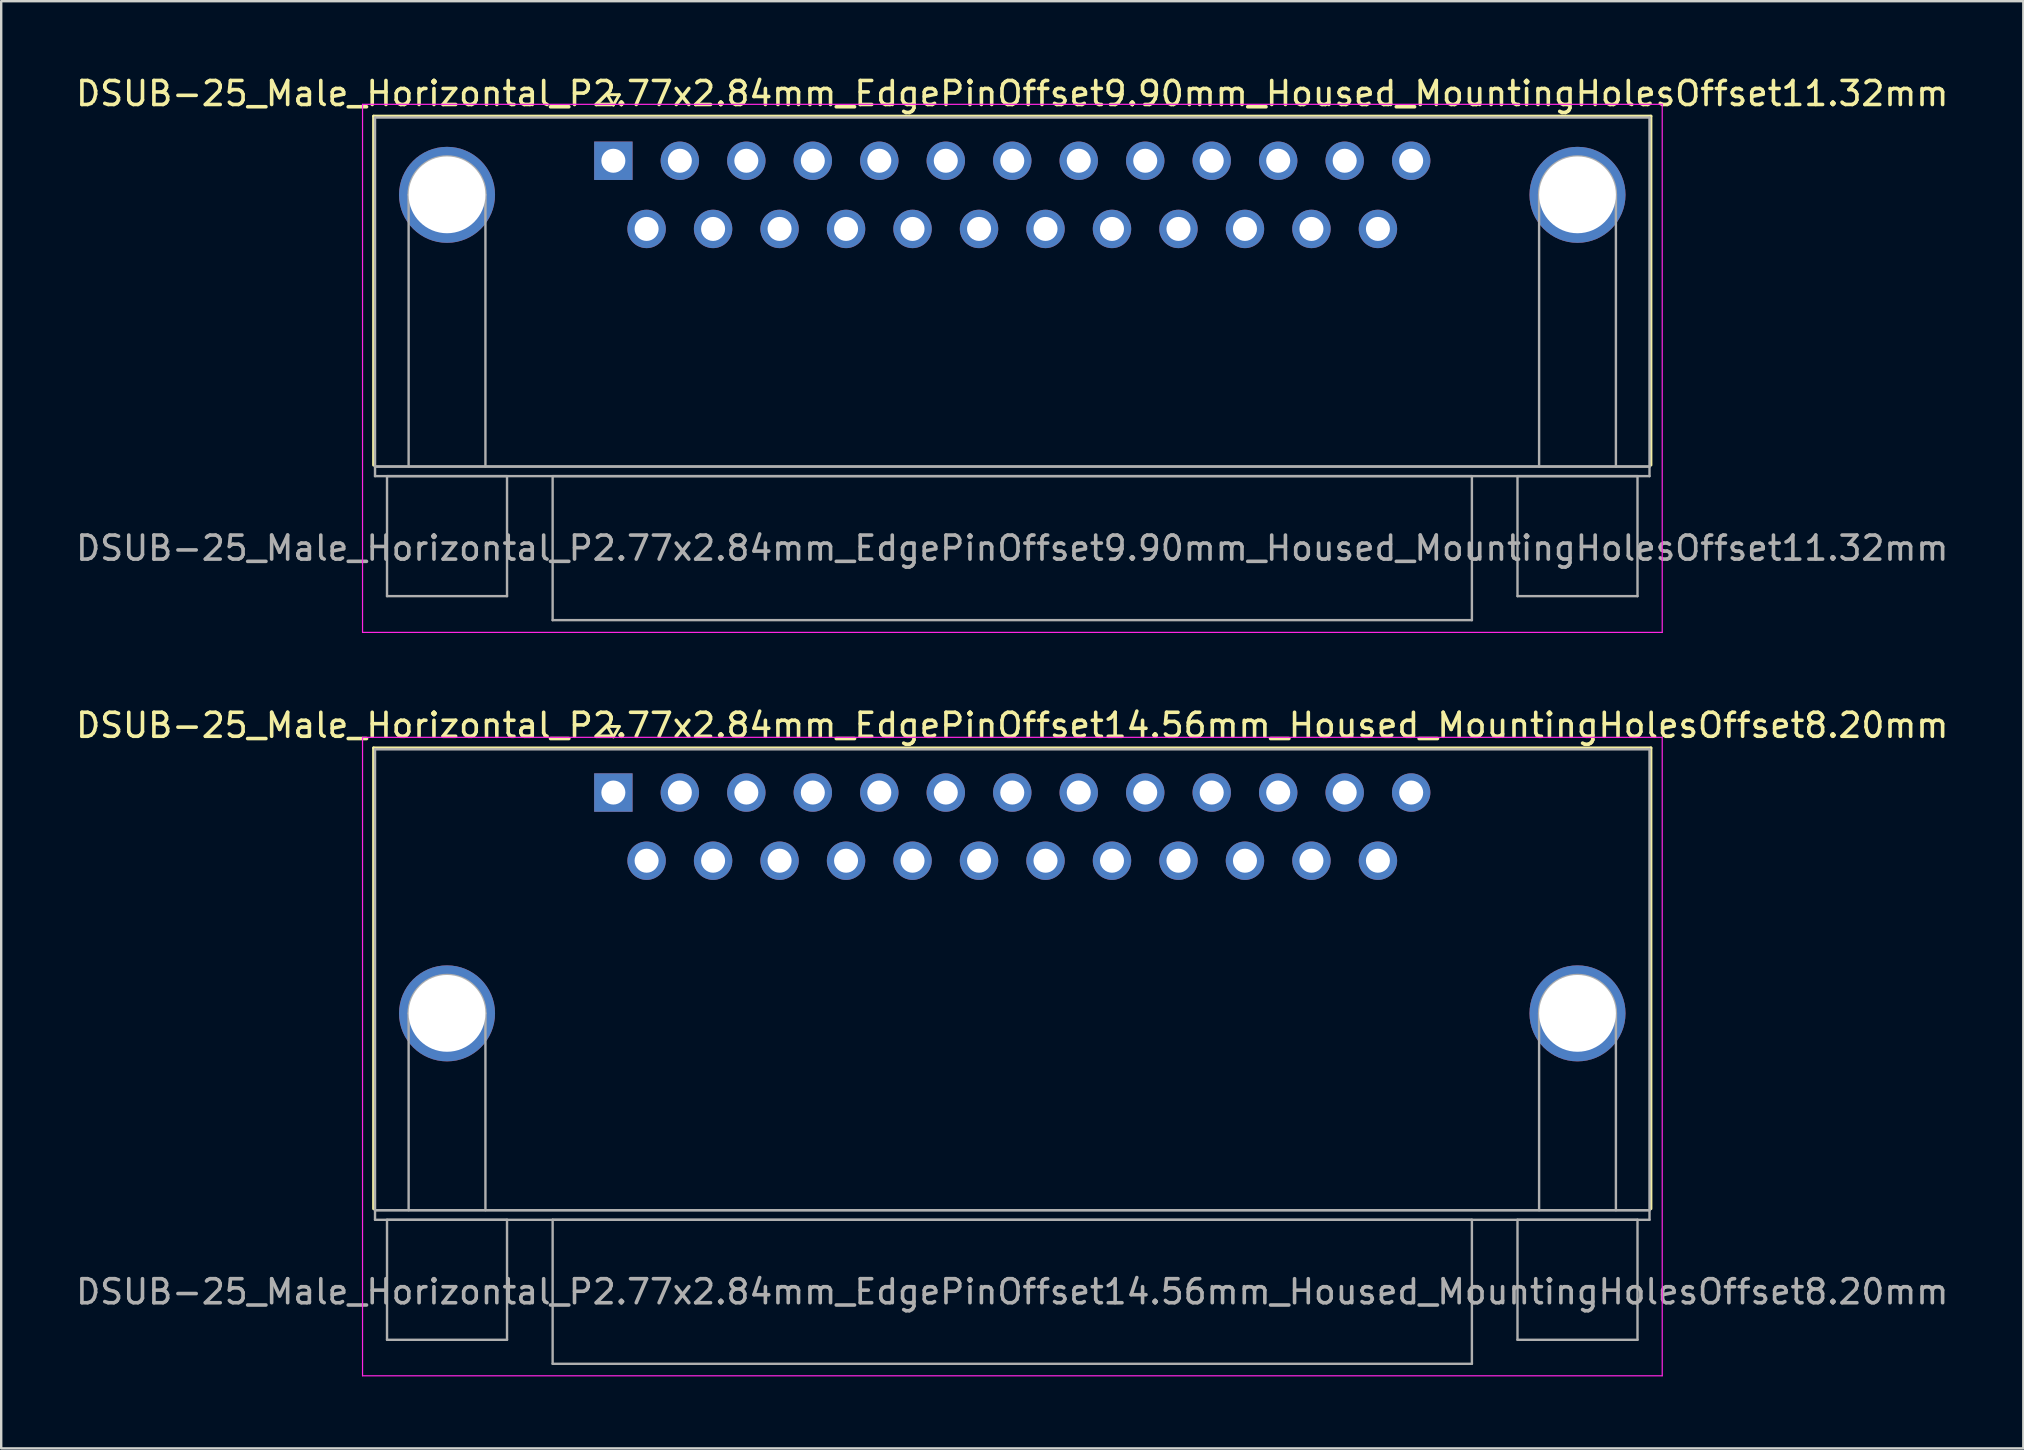
<source format=kicad_pcb>
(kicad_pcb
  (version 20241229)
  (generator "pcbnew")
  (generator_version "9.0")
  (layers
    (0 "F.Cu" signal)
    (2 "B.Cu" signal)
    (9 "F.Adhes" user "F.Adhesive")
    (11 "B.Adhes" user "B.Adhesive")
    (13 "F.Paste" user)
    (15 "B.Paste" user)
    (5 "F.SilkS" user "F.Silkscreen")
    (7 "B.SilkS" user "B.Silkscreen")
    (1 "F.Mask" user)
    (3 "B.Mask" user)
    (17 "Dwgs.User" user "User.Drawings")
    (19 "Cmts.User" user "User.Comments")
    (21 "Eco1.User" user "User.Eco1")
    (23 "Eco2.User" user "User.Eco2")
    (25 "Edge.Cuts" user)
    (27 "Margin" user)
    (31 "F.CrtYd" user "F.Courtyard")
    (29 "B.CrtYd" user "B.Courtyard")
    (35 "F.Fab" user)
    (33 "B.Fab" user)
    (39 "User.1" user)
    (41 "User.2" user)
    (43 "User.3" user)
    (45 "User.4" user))
  (footprint "DSUB-25_Male_Horizontal_P2.77x2.84mm_EdgePinOffset9.90mm_Housed_MountingHolesOffset11.32mm"
    (layer "F.Cu")
    (at 22.505 3.648)
    (property "Reference" "DSUB-25_Male_Horizontal_P2.77x2.84mm_EdgePinOffset9.90mm_Housed_MountingHolesOffset11.32mm" (at 16.62 -2.8 0) (layer "F.SilkS") (effects (font (size 1 1) (thickness 0.15))))
    (attr through_hole)
    (fp_line (start -9.99 -1.86) (end 43.23 -1.86) (stroke (width 0.12) (type solid)) (layer "F.SilkS"))
    (fp_line (start -9.99 12.68) (end -9.99 -1.86) (stroke (width 0.12) (type solid)) (layer "F.SilkS"))
    (fp_line (start -0.25 -2.754) (end 0.25 -2.754) (stroke (width 0.12) (type solid)) (layer "F.SilkS"))
    (fp_line (start 0 -2.321) (end -0.25 -2.754) (stroke (width 0.12) (type solid)) (layer "F.SilkS"))
    (fp_line (start 0.25 -2.754) (end 0 -2.321) (stroke (width 0.12) (type solid)) (layer "F.SilkS"))
    (fp_line (start 43.23 -1.86) (end 43.23 12.68) (stroke (width 0.12) (type solid)) (layer "F.SilkS"))
    (fp_line (start -10.45 -2.35) (end -10.45 19.65) (stroke (width 0.05) (type solid)) (layer "F.CrtYd"))
    (fp_line (start -10.45 19.65) (end 43.7 19.65) (stroke (width 0.05) (type solid)) (layer "F.CrtYd"))
    (fp_line (start 43.7 -2.35) (end -10.45 -2.35) (stroke (width 0.05) (type solid)) (layer "F.CrtYd"))
    (fp_line (start 43.7 19.65) (end 43.7 -2.35) (stroke (width 0.05) (type solid)) (layer "F.CrtYd"))
    (fp_line (start -9.93 -1.8) (end -9.93 12.74) (stroke (width 0.1) (type solid)) (layer "F.Fab"))
    (fp_line (start -9.93 12.74) (end -9.93 13.14) (stroke (width 0.1) (type solid)) (layer "F.Fab"))
    (fp_line (start -9.93 12.74) (end 43.17 12.74) (stroke (width 0.1) (type solid)) (layer "F.Fab"))
    (fp_line (start -9.93 13.14) (end 43.17 13.14) (stroke (width 0.1) (type solid)) (layer "F.Fab"))
    (fp_line (start -9.43 13.14) (end -9.43 18.14) (stroke (width 0.1) (type solid)) (layer "F.Fab"))
    (fp_line (start -9.43 18.14) (end -4.43 18.14) (stroke (width 0.1) (type solid)) (layer "F.Fab"))
    (fp_line (start -8.53 12.74) (end -8.53 1.42) (stroke (width 0.1) (type solid)) (layer "F.Fab"))
    (fp_line (start -5.33 12.74) (end -5.33 1.42) (stroke (width 0.1) (type solid)) (layer "F.Fab"))
    (fp_line (start -4.43 13.14) (end -9.43 13.14) (stroke (width 0.1) (type solid)) (layer "F.Fab"))
    (fp_line (start -4.43 18.14) (end -4.43 13.14) (stroke (width 0.1) (type solid)) (layer "F.Fab"))
    (fp_line (start -2.53 13.14) (end -2.53 19.14) (stroke (width 0.1) (type solid)) (layer "F.Fab"))
    (fp_line (start -2.53 19.14) (end 35.77 19.14) (stroke (width 0.1) (type solid)) (layer "F.Fab"))
    (fp_line (start 35.77 13.14) (end -2.53 13.14) (stroke (width 0.1) (type solid)) (layer "F.Fab"))
    (fp_line (start 35.77 19.14) (end 35.77 13.14) (stroke (width 0.1) (type solid)) (layer "F.Fab"))
    (fp_line (start 37.67 13.14) (end 37.67 18.14) (stroke (width 0.1) (type solid)) (layer "F.Fab"))
    (fp_line (start 37.67 18.14) (end 42.67 18.14) (stroke (width 0.1) (type solid)) (layer "F.Fab"))
    (fp_line (start 38.57 12.74) (end 38.57 1.42) (stroke (width 0.1) (type solid)) (layer "F.Fab"))
    (fp_line (start 41.77 12.74) (end 41.77 1.42) (stroke (width 0.1) (type solid)) (layer "F.Fab"))
    (fp_line (start 42.67 13.14) (end 37.67 13.14) (stroke (width 0.1) (type solid)) (layer "F.Fab"))
    (fp_line (start 42.67 18.14) (end 42.67 13.14) (stroke (width 0.1) (type solid)) (layer "F.Fab"))
    (fp_line (start 43.17 -1.8) (end -9.93 -1.8) (stroke (width 0.1) (type solid)) (layer "F.Fab"))
    (fp_line (start 43.17 12.74) (end -9.93 12.74) (stroke (width 0.1) (type solid)) (layer "F.Fab"))
    (fp_line (start 43.17 12.74) (end 43.17 -1.8) (stroke (width 0.1) (type solid)) (layer "F.Fab"))
    (fp_line (start 43.17 13.14) (end 43.17 12.74) (stroke (width 0.1) (type solid)) (layer "F.Fab"))
    (fp_arc (start -8.53 1.42) (mid -6.93 -0.18) (end -5.33 1.42) (stroke (width 0.1) (type solid)) (layer "F.Fab"))
    (fp_arc (start 38.57 1.42) (mid 40.17 -0.18) (end 41.77 1.42) (stroke (width 0.1) (type solid)) (layer "F.Fab"))
    (fp_text user "${REFERENCE}" (at 16.62 16.14 0) (layer "F.Fab") (effects (font (size 1 1) (thickness 0.15))))
    (pad "0" thru_hole circle (at -6.93 1.42) (size 4 4) (drill 3.2) (layers "*.Cu" "*.Mask"))
    (pad "0" thru_hole circle (at 40.17 1.42) (size 4 4) (drill 3.2) (layers "*.Cu" "*.Mask"))
    (pad "1" thru_hole rect (at 0 0) (size 1.6 1.6) (drill 1) (layers "*.Cu" "*.Mask"))
    (pad "2" thru_hole circle (at 2.77 0) (size 1.6 1.6) (drill 1) (layers "*.Cu" "*.Mask"))
    (pad "3" thru_hole circle (at 5.54 0) (size 1.6 1.6) (drill 1) (layers "*.Cu" "*.Mask"))
    (pad "4" thru_hole circle (at 8.31 0) (size 1.6 1.6) (drill 1) (layers "*.Cu" "*.Mask"))
    (pad "5" thru_hole circle (at 11.08 0) (size 1.6 1.6) (drill 1) (layers "*.Cu" "*.Mask"))
    (pad "6" thru_hole circle (at 13.85 0) (size 1.6 1.6) (drill 1) (layers "*.Cu" "*.Mask"))
    (pad "7" thru_hole circle (at 16.62 0) (size 1.6 1.6) (drill 1) (layers "*.Cu" "*.Mask"))
    (pad "8" thru_hole circle (at 19.39 0) (size 1.6 1.6) (drill 1) (layers "*.Cu" "*.Mask"))
    (pad "9" thru_hole circle (at 22.16 0) (size 1.6 1.6) (drill 1) (layers "*.Cu" "*.Mask"))
    (pad "10" thru_hole circle (at 24.93 0) (size 1.6 1.6) (drill 1) (layers "*.Cu" "*.Mask"))
    (pad "11" thru_hole circle (at 27.7 0) (size 1.6 1.6) (drill 1) (layers "*.Cu" "*.Mask"))
    (pad "12" thru_hole circle (at 30.47 0) (size 1.6 1.6) (drill 1) (layers "*.Cu" "*.Mask"))
    (pad "13" thru_hole circle (at 33.24 0) (size 1.6 1.6) (drill 1) (layers "*.Cu" "*.Mask"))
    (pad "14" thru_hole circle (at 1.385 2.84) (size 1.6 1.6) (drill 1) (layers "*.Cu" "*.Mask"))
    (pad "15" thru_hole circle (at 4.155 2.84) (size 1.6 1.6) (drill 1) (layers "*.Cu" "*.Mask"))
    (pad "16" thru_hole circle (at 6.925 2.84) (size 1.6 1.6) (drill 1) (layers "*.Cu" "*.Mask"))
    (pad "17" thru_hole circle (at 9.695 2.84) (size 1.6 1.6) (drill 1) (layers "*.Cu" "*.Mask"))
    (pad "18" thru_hole circle (at 12.465 2.84) (size 1.6 1.6) (drill 1) (layers "*.Cu" "*.Mask"))
    (pad "19" thru_hole circle (at 15.235 2.84) (size 1.6 1.6) (drill 1) (layers "*.Cu" "*.Mask"))
    (pad "20" thru_hole circle (at 18.005 2.84) (size 1.6 1.6) (drill 1) (layers "*.Cu" "*.Mask"))
    (pad "21" thru_hole circle (at 20.775 2.84) (size 1.6 1.6) (drill 1) (layers "*.Cu" "*.Mask"))
    (pad "22" thru_hole circle (at 23.545 2.84) (size 1.6 1.6) (drill 1) (layers "*.Cu" "*.Mask"))
    (pad "23" thru_hole circle (at 26.315 2.84) (size 1.6 1.6) (drill 1) (layers "*.Cu" "*.Mask"))
    (pad "24" thru_hole circle (at 29.085 2.84) (size 1.6 1.6) (drill 1) (layers "*.Cu" "*.Mask"))
    (pad "25" thru_hole circle (at 31.855 2.84) (size 1.6 1.6) (drill 1) (layers "*.Cu" "*.Mask")))
  (footprint "DSUB-25_Male_Horizontal_P2.77x2.84mm_EdgePinOffset14.56mm_Housed_MountingHolesOffset8.20mm"
    (layer "F.Cu")
    (at 22.505 29.971)
    (property "Reference" "DSUB-25_Male_Horizontal_P2.77x2.84mm_EdgePinOffset14.56mm_Housed_MountingHolesOffset8.20mm" (at 16.62 -2.8 0) (layer "F.SilkS") (effects (font (size 1 1) (thickness 0.15))))
    (attr through_hole)
    (fp_line (start -9.99 -1.86) (end 43.23 -1.86) (stroke (width 0.12) (type solid)) (layer "F.SilkS"))
    (fp_line (start -9.99 17.34) (end -9.99 -1.86) (stroke (width 0.12) (type solid)) (layer "F.SilkS"))
    (fp_line (start -0.25 -2.754) (end 0.25 -2.754) (stroke (width 0.12) (type solid)) (layer "F.SilkS"))
    (fp_line (start 0 -2.321) (end -0.25 -2.754) (stroke (width 0.12) (type solid)) (layer "F.SilkS"))
    (fp_line (start 0.25 -2.754) (end 0 -2.321) (stroke (width 0.12) (type solid)) (layer "F.SilkS"))
    (fp_line (start 43.23 -1.86) (end 43.23 17.34) (stroke (width 0.12) (type solid)) (layer "F.SilkS"))
    (fp_line (start -10.45 -2.3) (end -10.45 24.3) (stroke (width 0.05) (type solid)) (layer "F.CrtYd"))
    (fp_line (start -10.45 24.3) (end 43.7 24.3) (stroke (width 0.05) (type solid)) (layer "F.CrtYd"))
    (fp_line (start 43.7 -2.3) (end -10.45 -2.3) (stroke (width 0.05) (type solid)) (layer "F.CrtYd"))
    (fp_line (start 43.7 24.3) (end 43.7 -2.3) (stroke (width 0.05) (type solid)) (layer "F.CrtYd"))
    (fp_line (start -9.93 -1.8) (end -9.93 17.4) (stroke (width 0.1) (type solid)) (layer "F.Fab"))
    (fp_line (start -9.93 17.4) (end -9.93 17.8) (stroke (width 0.1) (type solid)) (layer "F.Fab"))
    (fp_line (start -9.93 17.4) (end 43.17 17.4) (stroke (width 0.1) (type solid)) (layer "F.Fab"))
    (fp_line (start -9.93 17.8) (end 43.17 17.8) (stroke (width 0.1) (type solid)) (layer "F.Fab"))
    (fp_line (start -9.43 17.8) (end -9.43 22.8) (stroke (width 0.1) (type solid)) (layer "F.Fab"))
    (fp_line (start -9.43 22.8) (end -4.43 22.8) (stroke (width 0.1) (type solid)) (layer "F.Fab"))
    (fp_line (start -8.53 17.4) (end -8.53 9.2) (stroke (width 0.1) (type solid)) (layer "F.Fab"))
    (fp_line (start -5.33 17.4) (end -5.33 9.2) (stroke (width 0.1) (type solid)) (layer "F.Fab"))
    (fp_line (start -4.43 17.8) (end -9.43 17.8) (stroke (width 0.1) (type solid)) (layer "F.Fab"))
    (fp_line (start -4.43 22.8) (end -4.43 17.8) (stroke (width 0.1) (type solid)) (layer "F.Fab"))
    (fp_line (start -2.53 17.8) (end -2.53 23.8) (stroke (width 0.1) (type solid)) (layer "F.Fab"))
    (fp_line (start -2.53 23.8) (end 35.77 23.8) (stroke (width 0.1) (type solid)) (layer "F.Fab"))
    (fp_line (start 35.77 17.8) (end -2.53 17.8) (stroke (width 0.1) (type solid)) (layer "F.Fab"))
    (fp_line (start 35.77 23.8) (end 35.77 17.8) (stroke (width 0.1) (type solid)) (layer "F.Fab"))
    (fp_line (start 37.67 17.8) (end 37.67 22.8) (stroke (width 0.1) (type solid)) (layer "F.Fab"))
    (fp_line (start 37.67 22.8) (end 42.67 22.8) (stroke (width 0.1) (type solid)) (layer "F.Fab"))
    (fp_line (start 38.57 17.4) (end 38.57 9.2) (stroke (width 0.1) (type solid)) (layer "F.Fab"))
    (fp_line (start 41.77 17.4) (end 41.77 9.2) (stroke (width 0.1) (type solid)) (layer "F.Fab"))
    (fp_line (start 42.67 17.8) (end 37.67 17.8) (stroke (width 0.1) (type solid)) (layer "F.Fab"))
    (fp_line (start 42.67 22.8) (end 42.67 17.8) (stroke (width 0.1) (type solid)) (layer "F.Fab"))
    (fp_line (start 43.17 -1.8) (end -9.93 -1.8) (stroke (width 0.1) (type solid)) (layer "F.Fab"))
    (fp_line (start 43.17 17.4) (end -9.93 17.4) (stroke (width 0.1) (type solid)) (layer "F.Fab"))
    (fp_line (start 43.17 17.4) (end 43.17 -1.8) (stroke (width 0.1) (type solid)) (layer "F.Fab"))
    (fp_line (start 43.17 17.8) (end 43.17 17.4) (stroke (width 0.1) (type solid)) (layer "F.Fab"))
    (fp_arc (start -8.53 9.2) (mid -6.93 7.6) (end -5.33 9.2) (stroke (width 0.1) (type solid)) (layer "F.Fab"))
    (fp_arc (start 38.57 9.2) (mid 40.17 7.6) (end 41.77 9.2) (stroke (width 0.1) (type solid)) (layer "F.Fab"))
    (fp_text user "${REFERENCE}" (at 16.62 20.8 0) (layer "F.Fab") (effects (font (size 1 1) (thickness 0.15))))
    (pad "0" thru_hole circle (at -6.93 9.2) (size 4 4) (drill 3.2) (layers "*.Cu" "*.Mask"))
    (pad "0" thru_hole circle (at 40.17 9.2) (size 4 4) (drill 3.2) (layers "*.Cu" "*.Mask"))
    (pad "1" thru_hole rect (at 0 0) (size 1.6 1.6) (drill 1) (layers "*.Cu" "*.Mask"))
    (pad "2" thru_hole circle (at 2.77 0) (size 1.6 1.6) (drill 1) (layers "*.Cu" "*.Mask"))
    (pad "3" thru_hole circle (at 5.54 0) (size 1.6 1.6) (drill 1) (layers "*.Cu" "*.Mask"))
    (pad "4" thru_hole circle (at 8.31 0) (size 1.6 1.6) (drill 1) (layers "*.Cu" "*.Mask"))
    (pad "5" thru_hole circle (at 11.08 0) (size 1.6 1.6) (drill 1) (layers "*.Cu" "*.Mask"))
    (pad "6" thru_hole circle (at 13.85 0) (size 1.6 1.6) (drill 1) (layers "*.Cu" "*.Mask"))
    (pad "7" thru_hole circle (at 16.62 0) (size 1.6 1.6) (drill 1) (layers "*.Cu" "*.Mask"))
    (pad "8" thru_hole circle (at 19.39 0) (size 1.6 1.6) (drill 1) (layers "*.Cu" "*.Mask"))
    (pad "9" thru_hole circle (at 22.16 0) (size 1.6 1.6) (drill 1) (layers "*.Cu" "*.Mask"))
    (pad "10" thru_hole circle (at 24.93 0) (size 1.6 1.6) (drill 1) (layers "*.Cu" "*.Mask"))
    (pad "11" thru_hole circle (at 27.7 0) (size 1.6 1.6) (drill 1) (layers "*.Cu" "*.Mask"))
    (pad "12" thru_hole circle (at 30.47 0) (size 1.6 1.6) (drill 1) (layers "*.Cu" "*.Mask"))
    (pad "13" thru_hole circle (at 33.24 0) (size 1.6 1.6) (drill 1) (layers "*.Cu" "*.Mask"))
    (pad "14" thru_hole circle (at 1.385 2.84) (size 1.6 1.6) (drill 1) (layers "*.Cu" "*.Mask"))
    (pad "15" thru_hole circle (at 4.155 2.84) (size 1.6 1.6) (drill 1) (layers "*.Cu" "*.Mask"))
    (pad "16" thru_hole circle (at 6.925 2.84) (size 1.6 1.6) (drill 1) (layers "*.Cu" "*.Mask"))
    (pad "17" thru_hole circle (at 9.695 2.84) (size 1.6 1.6) (drill 1) (layers "*.Cu" "*.Mask"))
    (pad "18" thru_hole circle (at 12.465 2.84) (size 1.6 1.6) (drill 1) (layers "*.Cu" "*.Mask"))
    (pad "19" thru_hole circle (at 15.235 2.84) (size 1.6 1.6) (drill 1) (layers "*.Cu" "*.Mask"))
    (pad "20" thru_hole circle (at 18.005 2.84) (size 1.6 1.6) (drill 1) (layers "*.Cu" "*.Mask"))
    (pad "21" thru_hole circle (at 20.775 2.84) (size 1.6 1.6) (drill 1) (layers "*.Cu" "*.Mask"))
    (pad "22" thru_hole circle (at 23.545 2.84) (size 1.6 1.6) (drill 1) (layers "*.Cu" "*.Mask"))
    (pad "23" thru_hole circle (at 26.315 2.84) (size 1.6 1.6) (drill 1) (layers "*.Cu" "*.Mask"))
    (pad "24" thru_hole circle (at 29.085 2.84) (size 1.6 1.6) (drill 1) (layers "*.Cu" "*.Mask"))
    (pad "25" thru_hole circle (at 31.855 2.84) (size 1.6 1.6) (drill 1) (layers "*.Cu" "*.Mask")))
  (gr_rect
    (start -3 -3)
    (end 81.25 57.297)
    (stroke (width 0.1) (type default))
    (fill no)
    (layer "Edge.Cuts")))
</source>
